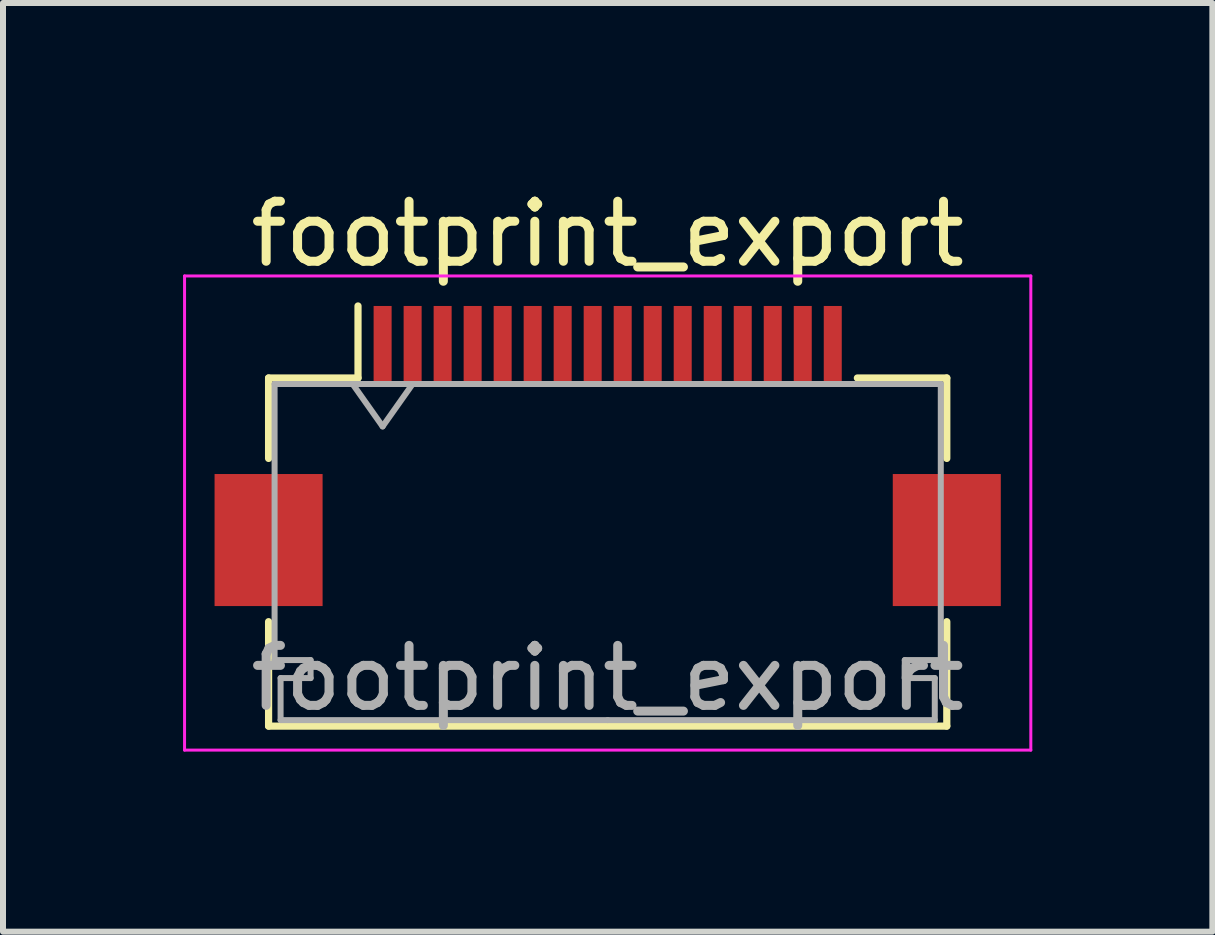
<source format=kicad_pcb>
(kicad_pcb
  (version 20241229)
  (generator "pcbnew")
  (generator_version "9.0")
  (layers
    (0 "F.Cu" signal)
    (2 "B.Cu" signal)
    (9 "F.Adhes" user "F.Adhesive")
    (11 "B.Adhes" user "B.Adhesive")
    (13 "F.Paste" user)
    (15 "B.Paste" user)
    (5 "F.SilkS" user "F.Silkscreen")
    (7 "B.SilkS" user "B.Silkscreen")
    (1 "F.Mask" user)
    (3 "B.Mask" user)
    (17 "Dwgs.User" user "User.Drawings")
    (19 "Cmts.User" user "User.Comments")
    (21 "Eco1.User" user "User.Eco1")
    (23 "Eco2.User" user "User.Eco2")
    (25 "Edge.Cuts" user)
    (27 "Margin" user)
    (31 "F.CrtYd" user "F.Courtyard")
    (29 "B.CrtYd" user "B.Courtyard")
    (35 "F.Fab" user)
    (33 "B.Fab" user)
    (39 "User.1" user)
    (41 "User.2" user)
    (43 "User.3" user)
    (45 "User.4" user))
  (footprint "footprint_export"
    (layer "F.Cu")
    (at 7.075 4.548)
    (property "Reference" "footprint_export" (at 0 -3.7 0) (layer "F.SilkS") (effects (font (size 1 1) (thickness 0.15))))
    (attr smd)
    (fp_line (start -5.65 -1.3) (end -5.65 0.04) (stroke (width 0.12) (type solid)) (layer "F.SilkS"))
    (fp_line (start -5.65 2.76) (end -5.65 4.5) (stroke (width 0.12) (type solid)) (layer "F.SilkS"))
    (fp_line (start -5.65 4.5) (end 5.65 4.5) (stroke (width 0.12) (type solid)) (layer "F.SilkS"))
    (fp_line (start -4.16 -1.3) (end -5.65 -1.3) (stroke (width 0.12) (type solid)) (layer "F.SilkS"))
    (fp_line (start -4.16 -1.3) (end -4.16 -2.5) (stroke (width 0.12) (type solid)) (layer "F.SilkS"))
    (fp_line (start 4.16 -1.3) (end 5.65 -1.3) (stroke (width 0.12) (type solid)) (layer "F.SilkS"))
    (fp_line (start 5.65 -1.3) (end 5.65 0.04) (stroke (width 0.12) (type solid)) (layer "F.SilkS"))
    (fp_line (start 5.65 4.5) (end 5.65 2.76) (stroke (width 0.12) (type solid)) (layer "F.SilkS"))
    (fp_line (start -7.05 -3) (end -7.05 4.9) (stroke (width 0.05) (type solid)) (layer "F.CrtYd"))
    (fp_line (start -7.05 4.9) (end 7.05 4.9) (stroke (width 0.05) (type solid)) (layer "F.CrtYd"))
    (fp_line (start 7.05 -3) (end -7.05 -3) (stroke (width 0.05) (type solid)) (layer "F.CrtYd"))
    (fp_line (start 7.05 4.9) (end 7.05 -3) (stroke (width 0.05) (type solid)) (layer "F.CrtYd"))
    (fp_line (start -5.55 -1.2) (end -5.55 3.4) (stroke (width 0.1) (type solid)) (layer "F.Fab"))
    (fp_line (start -5.55 3.4) (end -4.95 3.4) (stroke (width 0.1) (type solid)) (layer "F.Fab"))
    (fp_line (start -5.45 3.7) (end -5.45 4.4) (stroke (width 0.1) (type solid)) (layer "F.Fab"))
    (fp_line (start -5.45 4.4) (end 0 4.4) (stroke (width 0.1) (type solid)) (layer "F.Fab"))
    (fp_line (start -4.95 3.4) (end -4.95 3.7) (stroke (width 0.1) (type solid)) (layer "F.Fab"))
    (fp_line (start -4.95 3.7) (end -5.45 3.7) (stroke (width 0.1) (type solid)) (layer "F.Fab"))
    (fp_line (start -4.25 -1.2) (end -3.75 -0.493) (stroke (width 0.1) (type solid)) (layer "F.Fab"))
    (fp_line (start -3.75 -0.493) (end -3.25 -1.2) (stroke (width 0.1) (type solid)) (layer "F.Fab"))
    (fp_line (start 0 -1.2) (end -5.55 -1.2) (stroke (width 0.1) (type solid)) (layer "F.Fab"))
    (fp_line (start 0 -1.2) (end 5.55 -1.2) (stroke (width 0.1) (type solid)) (layer "F.Fab"))
    (fp_line (start 4.95 3.4) (end 4.95 3.7) (stroke (width 0.1) (type solid)) (layer "F.Fab"))
    (fp_line (start 4.95 3.7) (end 5.45 3.7) (stroke (width 0.1) (type solid)) (layer "F.Fab"))
    (fp_line (start 5.45 3.7) (end 5.45 4.4) (stroke (width 0.1) (type solid)) (layer "F.Fab"))
    (fp_line (start 5.45 4.4) (end 0 4.4) (stroke (width 0.1) (type solid)) (layer "F.Fab"))
    (fp_line (start 5.55 -1.2) (end 5.55 3.4) (stroke (width 0.1) (type solid)) (layer "F.Fab"))
    (fp_line (start 5.55 3.4) (end 4.95 3.4) (stroke (width 0.1) (type solid)) (layer "F.Fab"))
    (fp_text user "${REFERENCE}" (at 0 3.7 0) (layer "F.Fab") (effects (font (size 1 1) (thickness 0.15))))
    (pad "1" smd rect (at -3.75 -1.85) (size 0.3 1.3) (layers "F.Cu" "F.Mask" "F.Paste"))
    (pad "2" smd rect (at -3.25 -1.85) (size 0.3 1.3) (layers "F.Cu" "F.Mask" "F.Paste"))
    (pad "3" smd rect (at -2.75 -1.85) (size 0.3 1.3) (layers "F.Cu" "F.Mask" "F.Paste"))
    (pad "4" smd rect (at -2.25 -1.85) (size 0.3 1.3) (layers "F.Cu" "F.Mask" "F.Paste"))
    (pad "5" smd rect (at -1.75 -1.85) (size 0.3 1.3) (layers "F.Cu" "F.Mask" "F.Paste"))
    (pad "6" smd rect (at -1.25 -1.85) (size 0.3 1.3) (layers "F.Cu" "F.Mask" "F.Paste"))
    (pad "7" smd rect (at -0.75 -1.85) (size 0.3 1.3) (layers "F.Cu" "F.Mask" "F.Paste"))
    (pad "8" smd rect (at -0.25 -1.85) (size 0.3 1.3) (layers "F.Cu" "F.Mask" "F.Paste"))
    (pad "9" smd rect (at 0.25 -1.85) (size 0.3 1.3) (layers "F.Cu" "F.Mask" "F.Paste"))
    (pad "10" smd rect (at 0.75 -1.85) (size 0.3 1.3) (layers "F.Cu" "F.Mask" "F.Paste"))
    (pad "11" smd rect (at 1.25 -1.85) (size 0.3 1.3) (layers "F.Cu" "F.Mask" "F.Paste"))
    (pad "12" smd rect (at 1.75 -1.85) (size 0.3 1.3) (layers "F.Cu" "F.Mask" "F.Paste"))
    (pad "13" smd rect (at 2.25 -1.85) (size 0.3 1.3) (layers "F.Cu" "F.Mask" "F.Paste"))
    (pad "14" smd rect (at 2.75 -1.85) (size 0.3 1.3) (layers "F.Cu" "F.Mask" "F.Paste"))
    (pad "15" smd rect (at 3.25 -1.85) (size 0.3 1.3) (layers "F.Cu" "F.Mask" "F.Paste"))
    (pad "16" smd rect (at 3.75 -1.85) (size 0.3 1.3) (layers "F.Cu" "F.Mask" "F.Paste"))
    (pad "MP" smd rect (at -5.65 1.4) (size 1.8 2.2) (layers "F.Cu" "F.Mask" "F.Paste"))
    (pad "MP" smd rect (at 5.65 1.4) (size 1.8 2.2) (layers "F.Cu" "F.Mask" "F.Paste")))
  (gr_rect
    (start -3 -3)
    (end 17.15 12.473)
    (stroke (width 0.1) (type default))
    (fill no)
    (layer "Edge.Cuts")))
</source>
